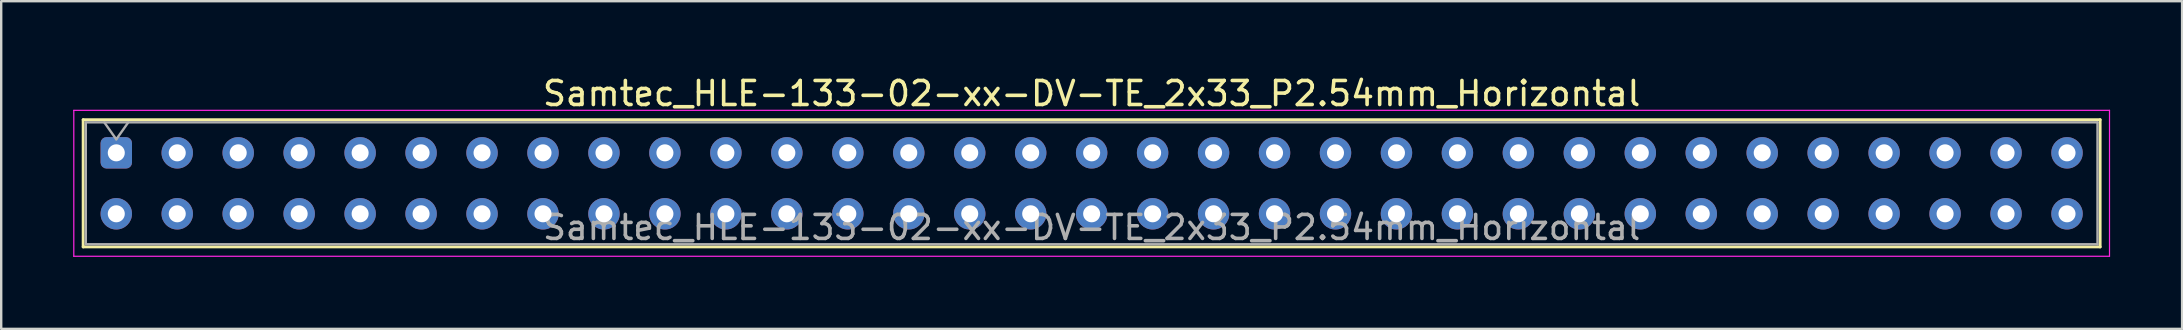
<source format=kicad_pcb>
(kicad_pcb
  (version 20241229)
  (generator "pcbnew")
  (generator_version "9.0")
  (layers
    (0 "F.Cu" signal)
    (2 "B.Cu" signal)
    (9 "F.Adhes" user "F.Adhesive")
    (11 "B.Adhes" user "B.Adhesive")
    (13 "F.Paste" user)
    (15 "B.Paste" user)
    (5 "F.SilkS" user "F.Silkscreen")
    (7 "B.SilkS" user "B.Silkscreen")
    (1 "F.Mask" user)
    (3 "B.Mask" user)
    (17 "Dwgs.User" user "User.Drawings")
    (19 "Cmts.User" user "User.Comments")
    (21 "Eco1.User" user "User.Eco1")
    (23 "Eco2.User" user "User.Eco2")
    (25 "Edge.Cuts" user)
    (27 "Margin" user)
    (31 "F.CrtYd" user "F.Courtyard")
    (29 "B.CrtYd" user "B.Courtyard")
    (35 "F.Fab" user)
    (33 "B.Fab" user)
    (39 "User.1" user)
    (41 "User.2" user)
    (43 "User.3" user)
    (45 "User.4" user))
  (footprint "Samtec_HLE-133-02-xx-DV-TE_2x33_P2.54mm_Horizontal"
    (layer "F.Cu")
    (at 1.795 3.318)
    (property "Reference" "Samtec_HLE-133-02-xx-DV-TE_2x33_P2.54mm_Horizontal" (at 40.64 -2.47 0) (layer "F.SilkS") (effects (font (size 1 1) (thickness 0.15))))
    (attr through_hole)
    (fp_line (start -1.38 -1.38) (end 82.66 -1.38) (stroke (width 0.12) (type solid)) (layer "F.SilkS"))
    (fp_line (start -1.38 3.92) (end -1.38 -1.38) (stroke (width 0.12) (type solid)) (layer "F.SilkS"))
    (fp_line (start 82.66 -1.38) (end 82.66 3.92) (stroke (width 0.12) (type solid)) (layer "F.SilkS"))
    (fp_line (start 82.66 3.92) (end -1.38 3.92) (stroke (width 0.12) (type solid)) (layer "F.SilkS"))
    (fp_line (start -1.77 -1.77) (end 83.05 -1.77) (stroke (width 0.05) (type solid)) (layer "F.CrtYd"))
    (fp_line (start -1.77 4.31) (end -1.77 -1.77) (stroke (width 0.05) (type solid)) (layer "F.CrtYd"))
    (fp_line (start 83.05 -1.77) (end 83.05 4.31) (stroke (width 0.05) (type solid)) (layer "F.CrtYd"))
    (fp_line (start 83.05 4.31) (end -1.77 4.31) (stroke (width 0.05) (type solid)) (layer "F.CrtYd"))
    (fp_line (start -1.27 -1.27) (end 82.55 -1.27) (stroke (width 0.1) (type solid)) (layer "F.Fab"))
    (fp_line (start -1.27 3.81) (end -1.27 -1.27) (stroke (width 0.1) (type solid)) (layer "F.Fab"))
    (fp_line (start -0.5 -1.27) (end 0 -0.563) (stroke (width 0.1) (type solid)) (layer "F.Fab"))
    (fp_line (start 0 -0.563) (end 0.5 -1.27) (stroke (width 0.1) (type solid)) (layer "F.Fab"))
    (fp_line (start 82.55 -1.27) (end 82.55 3.81) (stroke (width 0.1) (type solid)) (layer "F.Fab"))
    (fp_line (start 82.55 3.81) (end -1.27 3.81) (stroke (width 0.1) (type solid)) (layer "F.Fab"))
    (fp_text user "${REFERENCE}" (at 40.64 3.11 0) (layer "F.Fab") (effects (font (size 1 1) (thickness 0.15))))
    (pad "1" thru_hole roundrect (at 0 0) (size 1.31 1.31) (drill 0.71) (layers "*.Cu" "*.Mask") (roundrect_rratio 0.191))
    (pad "2" thru_hole circle (at 0 2.54) (size 1.31 1.31) (drill 0.71) (layers "*.Cu" "*.Mask"))
    (pad "3" thru_hole circle (at 2.54 0) (size 1.31 1.31) (drill 0.71) (layers "*.Cu" "*.Mask"))
    (pad "4" thru_hole circle (at 2.54 2.54) (size 1.31 1.31) (drill 0.71) (layers "*.Cu" "*.Mask"))
    (pad "5" thru_hole circle (at 5.08 0) (size 1.31 1.31) (drill 0.71) (layers "*.Cu" "*.Mask"))
    (pad "6" thru_hole circle (at 5.08 2.54) (size 1.31 1.31) (drill 0.71) (layers "*.Cu" "*.Mask"))
    (pad "7" thru_hole circle (at 7.62 0) (size 1.31 1.31) (drill 0.71) (layers "*.Cu" "*.Mask"))
    (pad "8" thru_hole circle (at 7.62 2.54) (size 1.31 1.31) (drill 0.71) (layers "*.Cu" "*.Mask"))
    (pad "9" thru_hole circle (at 10.16 0) (size 1.31 1.31) (drill 0.71) (layers "*.Cu" "*.Mask"))
    (pad "10" thru_hole circle (at 10.16 2.54) (size 1.31 1.31) (drill 0.71) (layers "*.Cu" "*.Mask"))
    (pad "11" thru_hole circle (at 12.7 0) (size 1.31 1.31) (drill 0.71) (layers "*.Cu" "*.Mask"))
    (pad "12" thru_hole circle (at 12.7 2.54) (size 1.31 1.31) (drill 0.71) (layers "*.Cu" "*.Mask"))
    (pad "13" thru_hole circle (at 15.24 0) (size 1.31 1.31) (drill 0.71) (layers "*.Cu" "*.Mask"))
    (pad "14" thru_hole circle (at 15.24 2.54) (size 1.31 1.31) (drill 0.71) (layers "*.Cu" "*.Mask"))
    (pad "15" thru_hole circle (at 17.78 0) (size 1.31 1.31) (drill 0.71) (layers "*.Cu" "*.Mask"))
    (pad "16" thru_hole circle (at 17.78 2.54) (size 1.31 1.31) (drill 0.71) (layers "*.Cu" "*.Mask"))
    (pad "17" thru_hole circle (at 20.32 0) (size 1.31 1.31) (drill 0.71) (layers "*.Cu" "*.Mask"))
    (pad "18" thru_hole circle (at 20.32 2.54) (size 1.31 1.31) (drill 0.71) (layers "*.Cu" "*.Mask"))
    (pad "19" thru_hole circle (at 22.86 0) (size 1.31 1.31) (drill 0.71) (layers "*.Cu" "*.Mask"))
    (pad "20" thru_hole circle (at 22.86 2.54) (size 1.31 1.31) (drill 0.71) (layers "*.Cu" "*.Mask"))
    (pad "21" thru_hole circle (at 25.4 0) (size 1.31 1.31) (drill 0.71) (layers "*.Cu" "*.Mask"))
    (pad "22" thru_hole circle (at 25.4 2.54) (size 1.31 1.31) (drill 0.71) (layers "*.Cu" "*.Mask"))
    (pad "23" thru_hole circle (at 27.94 0) (size 1.31 1.31) (drill 0.71) (layers "*.Cu" "*.Mask"))
    (pad "24" thru_hole circle (at 27.94 2.54) (size 1.31 1.31) (drill 0.71) (layers "*.Cu" "*.Mask"))
    (pad "25" thru_hole circle (at 30.48 0) (size 1.31 1.31) (drill 0.71) (layers "*.Cu" "*.Mask"))
    (pad "26" thru_hole circle (at 30.48 2.54) (size 1.31 1.31) (drill 0.71) (layers "*.Cu" "*.Mask"))
    (pad "27" thru_hole circle (at 33.02 0) (size 1.31 1.31) (drill 0.71) (layers "*.Cu" "*.Mask"))
    (pad "28" thru_hole circle (at 33.02 2.54) (size 1.31 1.31) (drill 0.71) (layers "*.Cu" "*.Mask"))
    (pad "29" thru_hole circle (at 35.56 0) (size 1.31 1.31) (drill 0.71) (layers "*.Cu" "*.Mask"))
    (pad "30" thru_hole circle (at 35.56 2.54) (size 1.31 1.31) (drill 0.71) (layers "*.Cu" "*.Mask"))
    (pad "31" thru_hole circle (at 38.1 0) (size 1.31 1.31) (drill 0.71) (layers "*.Cu" "*.Mask"))
    (pad "32" thru_hole circle (at 38.1 2.54) (size 1.31 1.31) (drill 0.71) (layers "*.Cu" "*.Mask"))
    (pad "33" thru_hole circle (at 40.64 0) (size 1.31 1.31) (drill 0.71) (layers "*.Cu" "*.Mask"))
    (pad "34" thru_hole circle (at 40.64 2.54) (size 1.31 1.31) (drill 0.71) (layers "*.Cu" "*.Mask"))
    (pad "35" thru_hole circle (at 43.18 0) (size 1.31 1.31) (drill 0.71) (layers "*.Cu" "*.Mask"))
    (pad "36" thru_hole circle (at 43.18 2.54) (size 1.31 1.31) (drill 0.71) (layers "*.Cu" "*.Mask"))
    (pad "37" thru_hole circle (at 45.72 0) (size 1.31 1.31) (drill 0.71) (layers "*.Cu" "*.Mask"))
    (pad "38" thru_hole circle (at 45.72 2.54) (size 1.31 1.31) (drill 0.71) (layers "*.Cu" "*.Mask"))
    (pad "39" thru_hole circle (at 48.26 0) (size 1.31 1.31) (drill 0.71) (layers "*.Cu" "*.Mask"))
    (pad "40" thru_hole circle (at 48.26 2.54) (size 1.31 1.31) (drill 0.71) (layers "*.Cu" "*.Mask"))
    (pad "41" thru_hole circle (at 50.8 0) (size 1.31 1.31) (drill 0.71) (layers "*.Cu" "*.Mask"))
    (pad "42" thru_hole circle (at 50.8 2.54) (size 1.31 1.31) (drill 0.71) (layers "*.Cu" "*.Mask"))
    (pad "43" thru_hole circle (at 53.34 0) (size 1.31 1.31) (drill 0.71) (layers "*.Cu" "*.Mask"))
    (pad "44" thru_hole circle (at 53.34 2.54) (size 1.31 1.31) (drill 0.71) (layers "*.Cu" "*.Mask"))
    (pad "45" thru_hole circle (at 55.88 0) (size 1.31 1.31) (drill 0.71) (layers "*.Cu" "*.Mask"))
    (pad "46" thru_hole circle (at 55.88 2.54) (size 1.31 1.31) (drill 0.71) (layers "*.Cu" "*.Mask"))
    (pad "47" thru_hole circle (at 58.42 0) (size 1.31 1.31) (drill 0.71) (layers "*.Cu" "*.Mask"))
    (pad "48" thru_hole circle (at 58.42 2.54) (size 1.31 1.31) (drill 0.71) (layers "*.Cu" "*.Mask"))
    (pad "49" thru_hole circle (at 60.96 0) (size 1.31 1.31) (drill 0.71) (layers "*.Cu" "*.Mask"))
    (pad "50" thru_hole circle (at 60.96 2.54) (size 1.31 1.31) (drill 0.71) (layers "*.Cu" "*.Mask"))
    (pad "51" thru_hole circle (at 63.5 0) (size 1.31 1.31) (drill 0.71) (layers "*.Cu" "*.Mask"))
    (pad "52" thru_hole circle (at 63.5 2.54) (size 1.31 1.31) (drill 0.71) (layers "*.Cu" "*.Mask"))
    (pad "53" thru_hole circle (at 66.04 0) (size 1.31 1.31) (drill 0.71) (layers "*.Cu" "*.Mask"))
    (pad "54" thru_hole circle (at 66.04 2.54) (size 1.31 1.31) (drill 0.71) (layers "*.Cu" "*.Mask"))
    (pad "55" thru_hole circle (at 68.58 0) (size 1.31 1.31) (drill 0.71) (layers "*.Cu" "*.Mask"))
    (pad "56" thru_hole circle (at 68.58 2.54) (size 1.31 1.31) (drill 0.71) (layers "*.Cu" "*.Mask"))
    (pad "57" thru_hole circle (at 71.12 0) (size 1.31 1.31) (drill 0.71) (layers "*.Cu" "*.Mask"))
    (pad "58" thru_hole circle (at 71.12 2.54) (size 1.31 1.31) (drill 0.71) (layers "*.Cu" "*.Mask"))
    (pad "59" thru_hole circle (at 73.66 0) (size 1.31 1.31) (drill 0.71) (layers "*.Cu" "*.Mask"))
    (pad "60" thru_hole circle (at 73.66 2.54) (size 1.31 1.31) (drill 0.71) (layers "*.Cu" "*.Mask"))
    (pad "61" thru_hole circle (at 76.2 0) (size 1.31 1.31) (drill 0.71) (layers "*.Cu" "*.Mask"))
    (pad "62" thru_hole circle (at 76.2 2.54) (size 1.31 1.31) (drill 0.71) (layers "*.Cu" "*.Mask"))
    (pad "63" thru_hole circle (at 78.74 0) (size 1.31 1.31) (drill 0.71) (layers "*.Cu" "*.Mask"))
    (pad "64" thru_hole circle (at 78.74 2.54) (size 1.31 1.31) (drill 0.71) (layers "*.Cu" "*.Mask"))
    (pad "65" thru_hole circle (at 81.28 0) (size 1.31 1.31) (drill 0.71) (layers "*.Cu" "*.Mask"))
    (pad "66" thru_hole circle (at 81.28 2.54) (size 1.31 1.31) (drill 0.71) (layers "*.Cu" "*.Mask")))
  (gr_rect
    (start -3 -3)
    (end 87.87 10.653)
    (stroke (width 0.1) (type default))
    (fill no)
    (layer "Edge.Cuts")))
</source>
